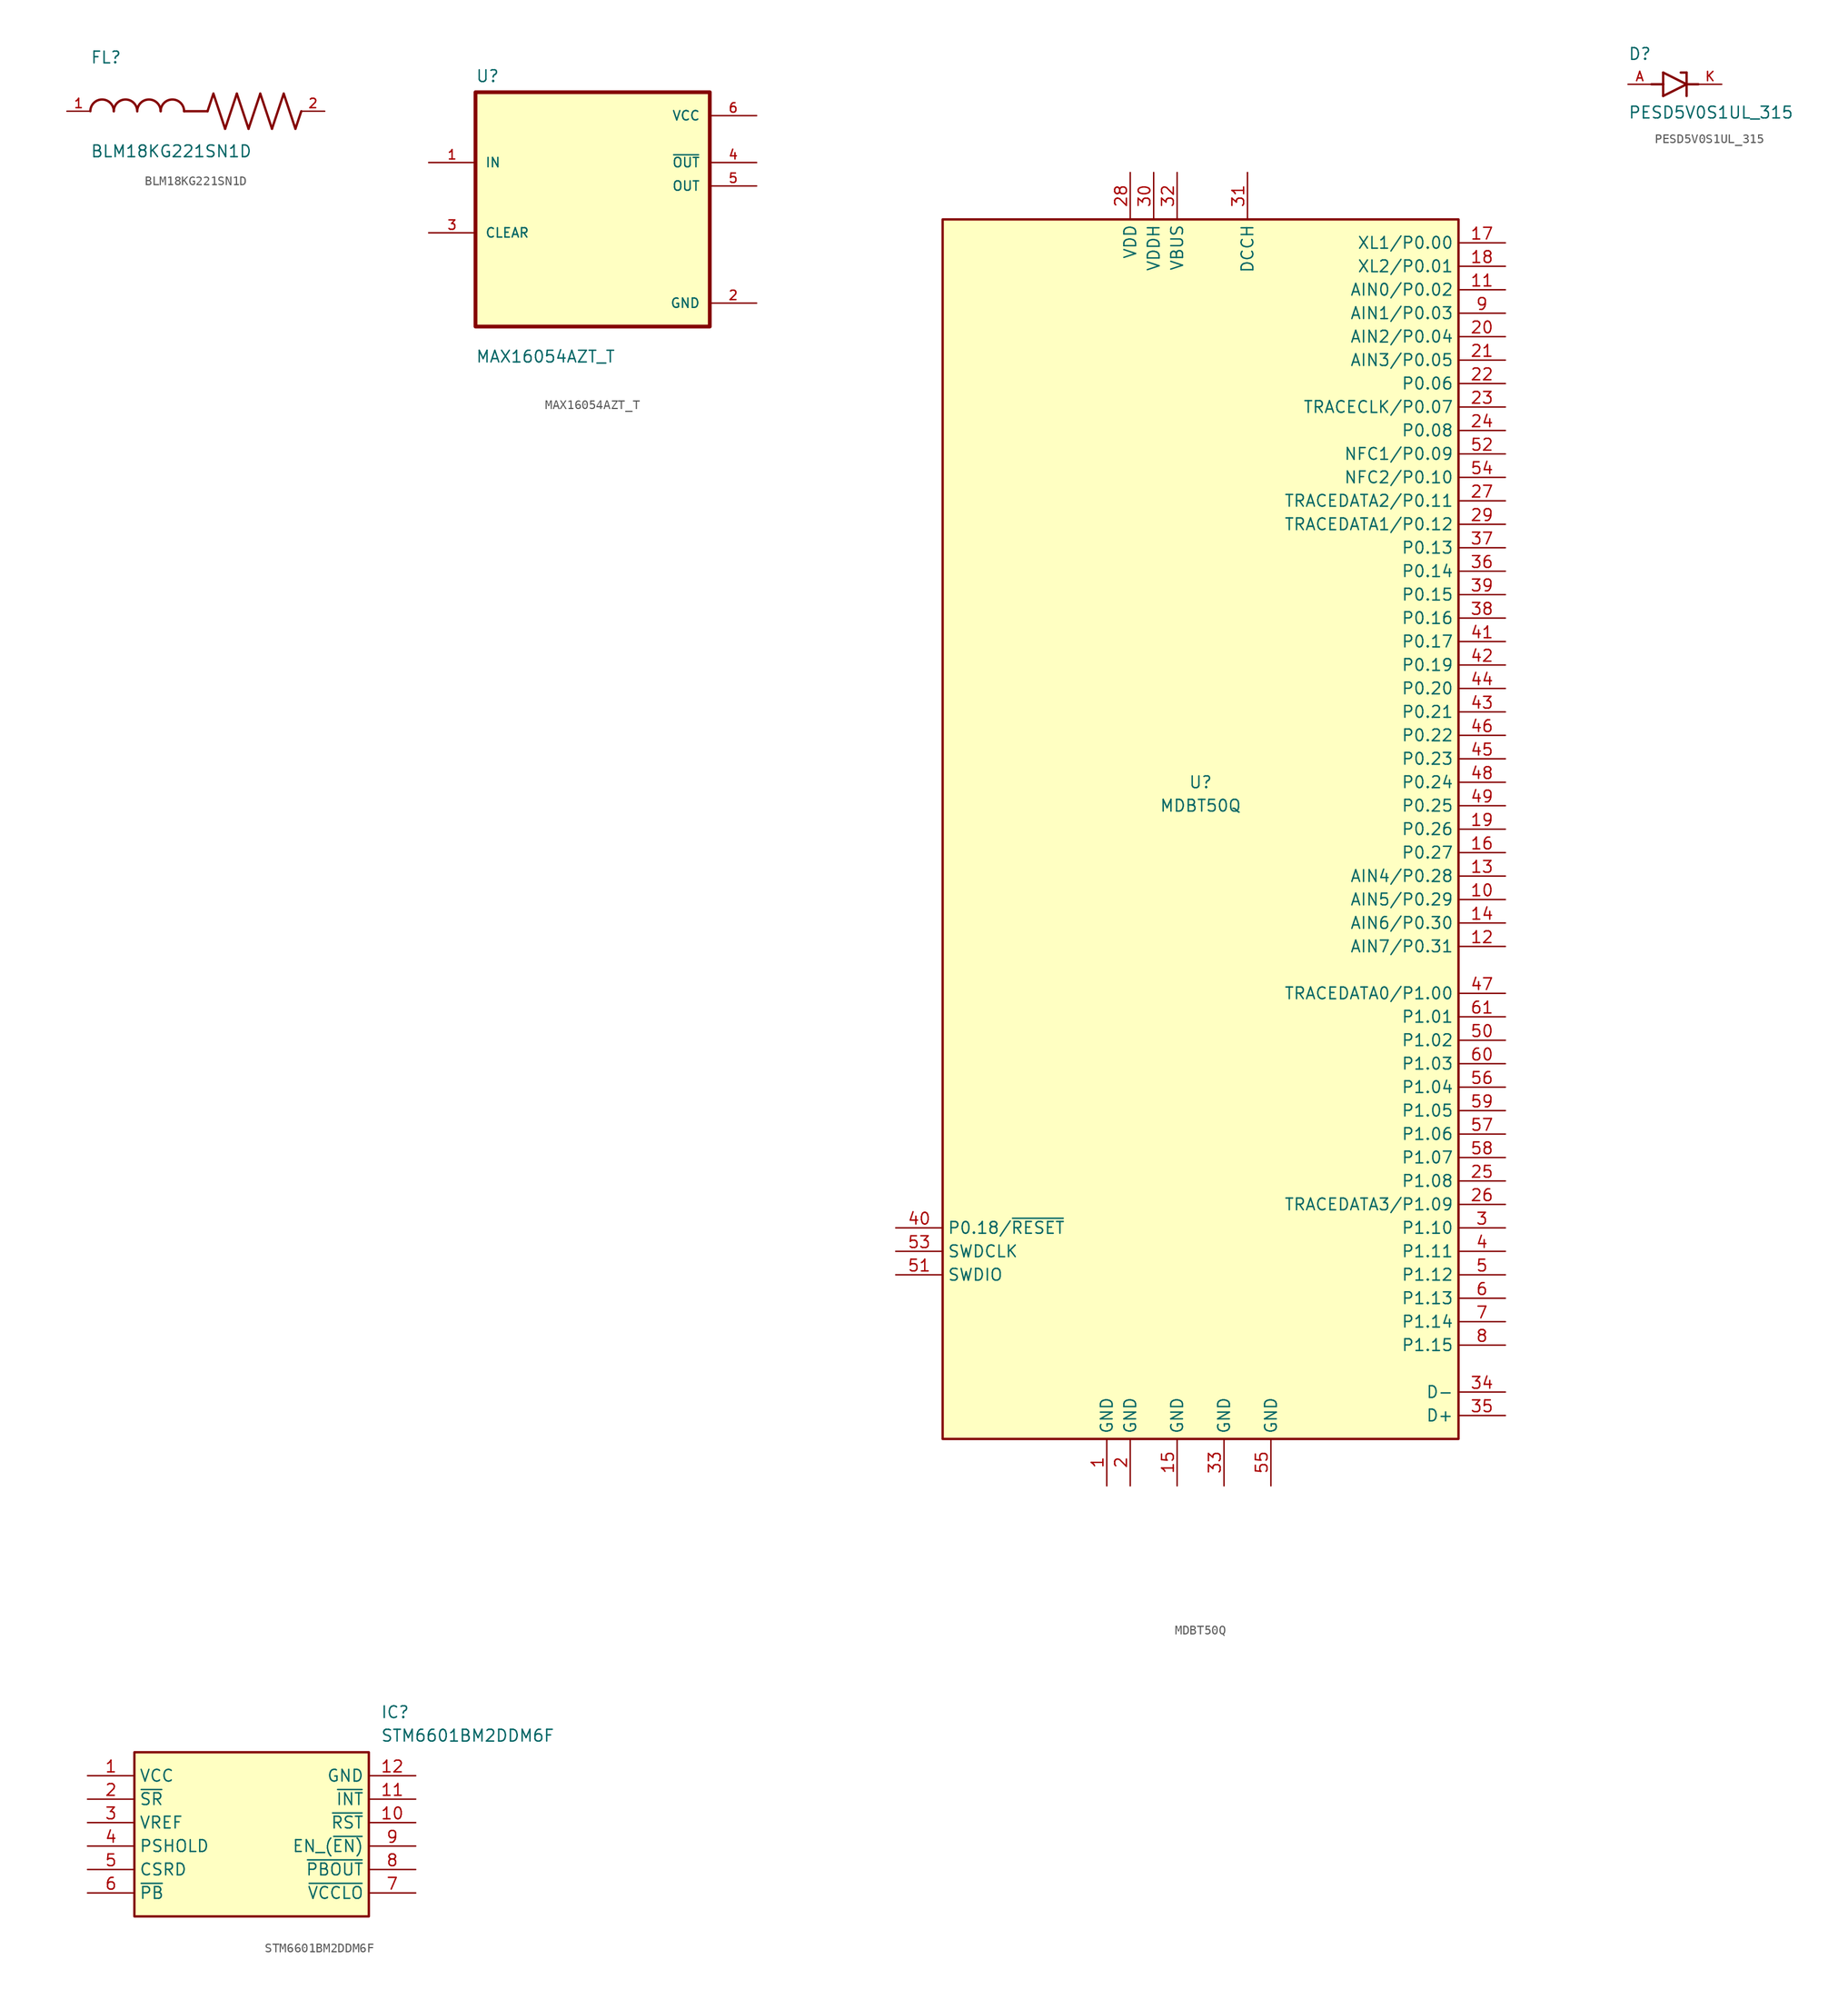
<source format=kicad_sym>
(kicad_symbol_lib
  (version 20231120)
  (generator "kicad_symbol_editor")
  (generator_version "8.0")
  (symbol "BLM18KG221SN1D"
    (pin_names
      (offset 1.016))
    (property "Reference" "FL"
      (at -12.704 5.082 0)
      (effects (font (size 1.27 1.27)) (justify left bottom)))
    (property "Value" "BLM18KG221SN1D"
      (at -12.71 -5.087 0)
      (effects (font (size 1.27 1.27)) (justify left bottom)))
    (symbol "BLM18KG221SN1D_0_0"
      (arc (start -10.16 0) (mid -11.43 1.2645) (end -12.7 0) (stroke (width 0.254) (type default)) (fill (type none)))
      (arc (start -7.62 0) (mid -8.89 1.2645) (end -10.16 0) (stroke (width 0.254) (type default)) (fill (type none)))
      (arc (start -5.08 0) (mid -6.35 1.2645) (end -7.62 0) (stroke (width 0.254) (type default)) (fill (type none)))
      (arc (start -2.54 0) (mid -3.81 1.2645) (end -5.08 0) (stroke (width 0.254) (type default)) (fill (type none)))
      (polyline (pts (xy 0 0) (xy -2.54 0)) (stroke (width 0.254) (type default)) (fill (type none)))
      (polyline (pts (xy 0 0) (xy 0.635 1.905)) (stroke (width 0.254) (type default)) (fill (type none)))
      (polyline (pts (xy 0.635 1.905) (xy 1.905 -1.905)) (stroke (width 0.254) (type default)) (fill (type none)))
      (polyline (pts (xy 1.905 -1.905) (xy 3.175 1.905)) (stroke (width 0.254) (type default)) (fill (type none)))
      (polyline (pts (xy 3.175 1.905) (xy 4.445 -1.905)) (stroke (width 0.254) (type default)) (fill (type none)))
      (polyline (pts (xy 4.445 -1.905) (xy 5.715 1.905)) (stroke (width 0.254) (type default)) (fill (type none)))
      (polyline (pts (xy 5.715 1.905) (xy 6.985 -1.905)) (stroke (width 0.254) (type default)) (fill (type none)))
      (polyline (pts (xy 6.985 -1.905) (xy 8.255 1.905)) (stroke (width 0.254) (type default)) (fill (type none)))
      (polyline (pts (xy 8.255 1.905) (xy 9.525 -1.905)) (stroke (width 0.254) (type default)) (fill (type none)))
      (polyline (pts (xy 9.525 -1.905) (xy 10.16 0)) (stroke (width 0.254) (type default)) (fill (type none)))
      (pin passive line (at -15.24 0 0) (length 2.54) (name "~" (effects (font (size 1.016 1.016)))) (number "1" (effects (font (size 1.016 1.016)))))
      (pin passive line (at 12.7 0 180) (length 2.54) (name "~" (effects (font (size 1.016 1.016)))) (number "2" (effects (font (size 1.016 1.016)))))))
  (symbol "MAX16054AZT_T"
    (pin_names
      (offset 1.016))
    (property "Reference" "U"
      (at -12.7 13.7 0)
      (effects (font (size 1.27 1.27)) (justify left bottom)))
    (property "Value" "MAX16054AZT_T"
      (at -12.7 -16.7 0)
      (effects (font (size 1.27 1.27)) (justify left bottom)))
    (symbol "MAX16054AZT_T_0_0"
      (rectangle (start -12.7 -12.7) (end 12.7 12.7) (stroke (width 0.41) (type default)) (fill (type background)))
      (pin input line (at -17.78 5.08 0) (length 5.08) (name "IN" (effects (font (size 1.016 1.016)))) (number "1" (effects (font (size 1.016 1.016)))))
      (pin power_in line (at 17.78 -10.16 180) (length 5.08) (name "GND" (effects (font (size 1.016 1.016)))) (number "2" (effects (font (size 1.016 1.016)))))
      (pin bidirectional line (at -17.78 -2.54 0) (length 5.08) (name "CLEAR" (effects (font (size 1.016 1.016)))) (number "3" (effects (font (size 1.016 1.016)))))
      (pin output line (at 17.78 5.08 180) (length 5.08) (name "~{OUT}" (effects (font (size 1.016 1.016)))) (number "4" (effects (font (size 1.016 1.016)))))
      (pin output line (at 17.78 2.54 180) (length 5.08) (name "OUT" (effects (font (size 1.016 1.016)))) (number "5" (effects (font (size 1.016 1.016)))))
      (pin power_in line (at 17.78 10.16 180) (length 5.08) (name "VCC" (effects (font (size 1.016 1.016)))) (number "6" (effects (font (size 1.016 1.016)))))))
  (symbol "MDBT50Q"
    (property "Reference" "U"
      (at 0 5.08 0)
      (effects (font (size 1.27 1.27))))
    (property "Value" "MDBT50Q"
      (at 0 2.54 0)
      (effects (font (size 1.27 1.27))))
    (symbol "MDBT50Q_0_1"
      (rectangle (start -27.94 66.04) (end 27.94 -66.04) (stroke (width 0.254) (type solid)) (fill (type background))))
    (symbol "MDBT50Q_1_1"
      (pin power_in line (at -10.16 -71.12 90) (length 5.08) (name "GND" (effects (font (size 1.27 1.27)))) (number "1" (effects (font (size 1.27 1.27)))))
      (pin bidirectional line (at 33.02 -7.62 180) (length 5.08) (name "AIN5/P0.29" (effects (font (size 1.27 1.27)))) (number "10" (effects (font (size 1.27 1.27)))))
      (pin bidirectional line (at 33.02 58.42 180) (length 5.08) (name "AIN0/P0.02" (effects (font (size 1.27 1.27)))) (number "11" (effects (font (size 1.27 1.27)))))
      (pin bidirectional line (at 33.02 -12.7 180) (length 5.08) (name "AIN7/P0.31" (effects (font (size 1.27 1.27)))) (number "12" (effects (font (size 1.27 1.27)))))
      (pin bidirectional line (at 33.02 -5.08 180) (length 5.08) (name "AIN4/P0.28" (effects (font (size 1.27 1.27)))) (number "13" (effects (font (size 1.27 1.27)))))
      (pin bidirectional line (at 33.02 -10.16 180) (length 5.08) (name "AIN6/P0.30" (effects (font (size 1.27 1.27)))) (number "14" (effects (font (size 1.27 1.27)))))
      (pin power_in line (at -2.54 -71.12 90) (length 5.08) (name "GND" (effects (font (size 1.27 1.27)))) (number "15" (effects (font (size 1.27 1.27)))))
      (pin bidirectional line (at 33.02 -2.54 180) (length 5.08) (name "P0.27" (effects (font (size 1.27 1.27)))) (number "16" (effects (font (size 1.27 1.27)))))
      (pin bidirectional line (at 33.02 63.5 180) (length 5.08) (name "XL1/P0.00" (effects (font (size 1.27 1.27)))) (number "17" (effects (font (size 1.27 1.27)))))
      (pin bidirectional line (at 33.02 60.96 180) (length 5.08) (name "XL2/P0.01" (effects (font (size 1.27 1.27)))) (number "18" (effects (font (size 1.27 1.27)))))
      (pin bidirectional line (at 33.02 0 180) (length 5.08) (name "P0.26" (effects (font (size 1.27 1.27)))) (number "19" (effects (font (size 1.27 1.27)))))
      (pin power_in line (at -7.62 -71.12 90) (length 5.08) (name "GND" (effects (font (size 1.27 1.27)))) (number "2" (effects (font (size 1.27 1.27)))))
      (pin bidirectional line (at 33.02 53.34 180) (length 5.08) (name "AIN2/P0.04" (effects (font (size 1.27 1.27)))) (number "20" (effects (font (size 1.27 1.27)))))
      (pin bidirectional line (at 33.02 50.8 180) (length 5.08) (name "AIN3/P0.05" (effects (font (size 1.27 1.27)))) (number "21" (effects (font (size 1.27 1.27)))))
      (pin bidirectional line (at 33.02 48.26 180) (length 5.08) (name "P0.06" (effects (font (size 1.27 1.27)))) (number "22" (effects (font (size 1.27 1.27)))))
      (pin bidirectional line (at 33.02 45.72 180) (length 5.08) (name "TRACECLK/P0.07" (effects (font (size 1.27 1.27)))) (number "23" (effects (font (size 1.27 1.27)))))
      (pin bidirectional line (at 33.02 43.18 180) (length 5.08) (name "P0.08" (effects (font (size 1.27 1.27)))) (number "24" (effects (font (size 1.27 1.27)))))
      (pin bidirectional line (at 33.02 -38.1 180) (length 5.08) (name "P1.08" (effects (font (size 1.27 1.27)))) (number "25" (effects (font (size 1.27 1.27)))))
      (pin bidirectional line (at 33.02 -40.64 180) (length 5.08) (name "TRACEDATA3/P1.09" (effects (font (size 1.27 1.27)))) (number "26" (effects (font (size 1.27 1.27)))))
      (pin bidirectional line (at 33.02 35.56 180) (length 5.08) (name "TRACEDATA2/P0.11" (effects (font (size 1.27 1.27)))) (number "27" (effects (font (size 1.27 1.27)))))
      (pin power_in line (at -7.62 71.12 270) (length 5.08) (name "VDD" (effects (font (size 1.27 1.27)))) (number "28" (effects (font (size 1.27 1.27)))))
      (pin bidirectional line (at 33.02 33.02 180) (length 5.08) (name "TRACEDATA1/P0.12" (effects (font (size 1.27 1.27)))) (number "29" (effects (font (size 1.27 1.27)))))
      (pin bidirectional line (at 33.02 -43.18 180) (length 5.08) (name "P1.10" (effects (font (size 1.27 1.27)))) (number "3" (effects (font (size 1.27 1.27)))))
      (pin power_in line (at -5.08 71.12 270) (length 5.08) (name "VDDH" (effects (font (size 1.27 1.27)))) (number "30" (effects (font (size 1.27 1.27)))))
      (pin power_out line (at 5.08 71.12 270) (length 5.08) (name "DCCH" (effects (font (size 1.27 1.27)))) (number "31" (effects (font (size 1.27 1.27)))))
      (pin power_in line (at -2.54 71.12 270) (length 5.08) (name "VBUS" (effects (font (size 1.27 1.27)))) (number "32" (effects (font (size 1.27 1.27)))))
      (pin power_in line (at 2.54 -71.12 90) (length 5.08) (name "GND" (effects (font (size 1.27 1.27)))) (number "33" (effects (font (size 1.27 1.27)))))
      (pin bidirectional line (at 33.02 -60.96 180) (length 5.08) (name "D-" (effects (font (size 1.27 1.27)))) (number "34" (effects (font (size 1.27 1.27)))))
      (pin bidirectional line (at 33.02 -63.5 180) (length 5.08) (name "D+" (effects (font (size 1.27 1.27)))) (number "35" (effects (font (size 1.27 1.27)))))
      (pin bidirectional line (at 33.02 27.94 180) (length 5.08) (name "P0.14" (effects (font (size 1.27 1.27)))) (number "36" (effects (font (size 1.27 1.27)))))
      (pin bidirectional line (at 33.02 30.48 180) (length 5.08) (name "P0.13" (effects (font (size 1.27 1.27)))) (number "37" (effects (font (size 1.27 1.27)))))
      (pin bidirectional line (at 33.02 22.86 180) (length 5.08) (name "P0.16" (effects (font (size 1.27 1.27)))) (number "38" (effects (font (size 1.27 1.27)))))
      (pin bidirectional line (at 33.02 25.4 180) (length 5.08) (name "P0.15" (effects (font (size 1.27 1.27)))) (number "39" (effects (font (size 1.27 1.27)))))
      (pin bidirectional line (at 33.02 -45.72 180) (length 5.08) (name "P1.11" (effects (font (size 1.27 1.27)))) (number "4" (effects (font (size 1.27 1.27)))))
      (pin bidirectional line (at -33.02 -43.18 0) (length 5.08) (name "P0.18/~{RESET}" (effects (font (size 1.27 1.27)))) (number "40" (effects (font (size 1.27 1.27)))))
      (pin bidirectional line (at 33.02 20.32 180) (length 5.08) (name "P0.17" (effects (font (size 1.27 1.27)))) (number "41" (effects (font (size 1.27 1.27)))))
      (pin bidirectional line (at 33.02 17.78 180) (length 5.08) (name "P0.19" (effects (font (size 1.27 1.27)))) (number "42" (effects (font (size 1.27 1.27)))))
      (pin bidirectional line (at 33.02 12.7 180) (length 5.08) (name "P0.21" (effects (font (size 1.27 1.27)))) (number "43" (effects (font (size 1.27 1.27)))))
      (pin bidirectional line (at 33.02 15.24 180) (length 5.08) (name "P0.20" (effects (font (size 1.27 1.27)))) (number "44" (effects (font (size 1.27 1.27)))))
      (pin bidirectional line (at 33.02 7.62 180) (length 5.08) (name "P0.23" (effects (font (size 1.27 1.27)))) (number "45" (effects (font (size 1.27 1.27)))))
      (pin bidirectional line (at 33.02 10.16 180) (length 5.08) (name "P0.22" (effects (font (size 1.27 1.27)))) (number "46" (effects (font (size 1.27 1.27)))))
      (pin bidirectional line (at 33.02 -17.78 180) (length 5.08) (name "TRACEDATA0/P1.00" (effects (font (size 1.27 1.27)))) (number "47" (effects (font (size 1.27 1.27)))))
      (pin bidirectional line (at 33.02 5.08 180) (length 5.08) (name "P0.24" (effects (font (size 1.27 1.27)))) (number "48" (effects (font (size 1.27 1.27)))))
      (pin bidirectional line (at 33.02 2.54 180) (length 5.08) (name "P0.25" (effects (font (size 1.27 1.27)))) (number "49" (effects (font (size 1.27 1.27)))))
      (pin bidirectional line (at 33.02 -48.26 180) (length 5.08) (name "P1.12" (effects (font (size 1.27 1.27)))) (number "5" (effects (font (size 1.27 1.27)))))
      (pin bidirectional line (at 33.02 -22.86 180) (length 5.08) (name "P1.02" (effects (font (size 1.27 1.27)))) (number "50" (effects (font (size 1.27 1.27)))))
      (pin bidirectional line (at -33.02 -48.26 0) (length 5.08) (name "SWDIO" (effects (font (size 1.27 1.27)))) (number "51" (effects (font (size 1.27 1.27)))))
      (pin bidirectional line (at 33.02 40.64 180) (length 5.08) (name "NFC1/P0.09" (effects (font (size 1.27 1.27)))) (number "52" (effects (font (size 1.27 1.27)))))
      (pin input line (at -33.02 -45.72 0) (length 5.08) (name "SWDCLK" (effects (font (size 1.27 1.27)))) (number "53" (effects (font (size 1.27 1.27)))))
      (pin bidirectional line (at 33.02 38.1 180) (length 5.08) (name "NFC2/P0.10" (effects (font (size 1.27 1.27)))) (number "54" (effects (font (size 1.27 1.27)))))
      (pin power_in line (at 7.62 -71.12 90) (length 5.08) (name "GND" (effects (font (size 1.27 1.27)))) (number "55" (effects (font (size 1.27 1.27)))))
      (pin bidirectional line (at 33.02 -27.94 180) (length 5.08) (name "P1.04" (effects (font (size 1.27 1.27)))) (number "56" (effects (font (size 1.27 1.27)))))
      (pin bidirectional line (at 33.02 -33.02 180) (length 5.08) (name "P1.06" (effects (font (size 1.27 1.27)))) (number "57" (effects (font (size 1.27 1.27)))))
      (pin bidirectional line (at 33.02 -35.56 180) (length 5.08) (name "P1.07" (effects (font (size 1.27 1.27)))) (number "58" (effects (font (size 1.27 1.27)))))
      (pin bidirectional line (at 33.02 -30.48 180) (length 5.08) (name "P1.05" (effects (font (size 1.27 1.27)))) (number "59" (effects (font (size 1.27 1.27)))))
      (pin bidirectional line (at 33.02 -50.8 180) (length 5.08) (name "P1.13" (effects (font (size 1.27 1.27)))) (number "6" (effects (font (size 1.27 1.27)))))
      (pin bidirectional line (at 33.02 -25.4 180) (length 5.08) (name "P1.03" (effects (font (size 1.27 1.27)))) (number "60" (effects (font (size 1.27 1.27)))))
      (pin bidirectional line (at 33.02 -20.32 180) (length 5.08) (name "P1.01" (effects (font (size 1.27 1.27)))) (number "61" (effects (font (size 1.27 1.27)))))
      (pin bidirectional line (at 33.02 -53.34 180) (length 5.08) (name "P1.14" (effects (font (size 1.27 1.27)))) (number "7" (effects (font (size 1.27 1.27)))))
      (pin bidirectional line (at 33.02 -55.88 180) (length 5.08) (name "P1.15" (effects (font (size 1.27 1.27)))) (number "8" (effects (font (size 1.27 1.27)))))
      (pin bidirectional line (at 33.02 55.88 180) (length 5.08) (name "AIN1/P0.03" (effects (font (size 1.27 1.27)))) (number "9" (effects (font (size 1.27 1.27)))))))
  (symbol "PESD5V0S1UL_315"
    (pin_names
      (offset 1.016))
    (property "Reference" "D"
      (at -5.08 2.54 0)
      (effects (font (size 1.27 1.27)) (justify left bottom)))
    (property "Value" "PESD5V0S1UL_315"
      (at -5.08 -3.81 0)
      (effects (font (size 1.27 1.27)) (justify left bottom)))
    (symbol "PESD5V0S1UL_315_0_0"
      (polyline (pts (xy -2.54 0) (xy -1.27 0)) (stroke (width 0.254) (type default)) (fill (type none)))
      (polyline (pts (xy -1.27 -1.27) (xy 1.27 0)) (stroke (width 0.254) (type default)) (fill (type none)))
      (polyline (pts (xy -1.27 0) (xy -1.27 -1.27)) (stroke (width 0.254) (type default)) (fill (type none)))
      (polyline (pts (xy -1.27 1.27) (xy -1.27 0)) (stroke (width 0.254) (type default)) (fill (type none)))
      (polyline (pts (xy 0.635 1.27) (xy 1.27 1.27)) (stroke (width 0.254) (type default)) (fill (type none)))
      (polyline (pts (xy 1.27 0) (xy -1.27 1.27)) (stroke (width 0.254) (type default)) (fill (type none)))
      (polyline (pts (xy 1.27 0) (xy 1.27 -1.27)) (stroke (width 0.254) (type default)) (fill (type none)))
      (polyline (pts (xy 1.27 1.27) (xy 1.27 0)) (stroke (width 0.254) (type default)) (fill (type none)))
      (polyline (pts (xy 2.54 0) (xy 1.27 0)) (stroke (width 0.254) (type default)) (fill (type none)))
      (pin passive line (at -5.08 0 0) (length 2.54) (name "~" (effects (font (size 1.016 1.016)))) (number "A" (effects (font (size 1.016 1.016)))))
      (pin passive line (at 5.08 0 180) (length 2.54) (name "~" (effects (font (size 1.016 1.016)))) (number "K" (effects (font (size 1.016 1.016)))))))
  (symbol "STM6601BM2DDM6F"
    (property "Reference" "IC"
      (at 31.75 7.62 0)
      (effects (font (size 1.27 1.27)) (justify left top)))
    (property "Value" "STM6601BM2DDM6F"
      (at 31.75 5.08 0)
      (effects (font (size 1.27 1.27)) (justify left top)))
    (symbol "STM6601BM2DDM6F_1_1"
      (rectangle (start 5.08 2.54) (end 30.48 -15.24) (stroke (width 0.254) (type default)) (fill (type background)))
      (pin passive line (at 0 0 0) (length 5.08) (name "VCC" (effects (font (size 1.27 1.27)))) (number "1" (effects (font (size 1.27 1.27)))))
      (pin passive line (at 35.56 -5.08 180) (length 5.08) (name "~{RST}" (effects (font (size 1.27 1.27)))) (number "10" (effects (font (size 1.27 1.27)))))
      (pin passive line (at 35.56 -2.54 180) (length 5.08) (name "~{INT}" (effects (font (size 1.27 1.27)))) (number "11" (effects (font (size 1.27 1.27)))))
      (pin passive line (at 35.56 0 180) (length 5.08) (name "GND" (effects (font (size 1.27 1.27)))) (number "12" (effects (font (size 1.27 1.27)))))
      (pin passive line (at 0 -2.54 0) (length 5.08) (name "~{SR}" (effects (font (size 1.27 1.27)))) (number "2" (effects (font (size 1.27 1.27)))))
      (pin passive line (at 0 -5.08 0) (length 5.08) (name "VREF" (effects (font (size 1.27 1.27)))) (number "3" (effects (font (size 1.27 1.27)))))
      (pin passive line (at 0 -7.62 0) (length 5.08) (name "PSHOLD" (effects (font (size 1.27 1.27)))) (number "4" (effects (font (size 1.27 1.27)))))
      (pin passive line (at 0 -10.16 0) (length 5.08) (name "CSRD" (effects (font (size 1.27 1.27)))) (number "5" (effects (font (size 1.27 1.27)))))
      (pin passive line (at 0 -12.7 0) (length 5.08) (name "~{PB}" (effects (font (size 1.27 1.27)))) (number "6" (effects (font (size 1.27 1.27)))))
      (pin passive line (at 35.56 -12.7 180) (length 5.08) (name "~{VCCLO}" (effects (font (size 1.27 1.27)))) (number "7" (effects (font (size 1.27 1.27)))))
      (pin passive line (at 35.56 -10.16 180) (length 5.08) (name "~{PBOUT}" (effects (font (size 1.27 1.27)))) (number "8" (effects (font (size 1.27 1.27)))))
      (pin passive line (at 35.56 -7.62 180) (length 5.08) (name "EN_(~{EN)}" (effects (font (size 1.27 1.27)))) (number "9" (effects (font (size 1.27 1.27))))))))
</source>
